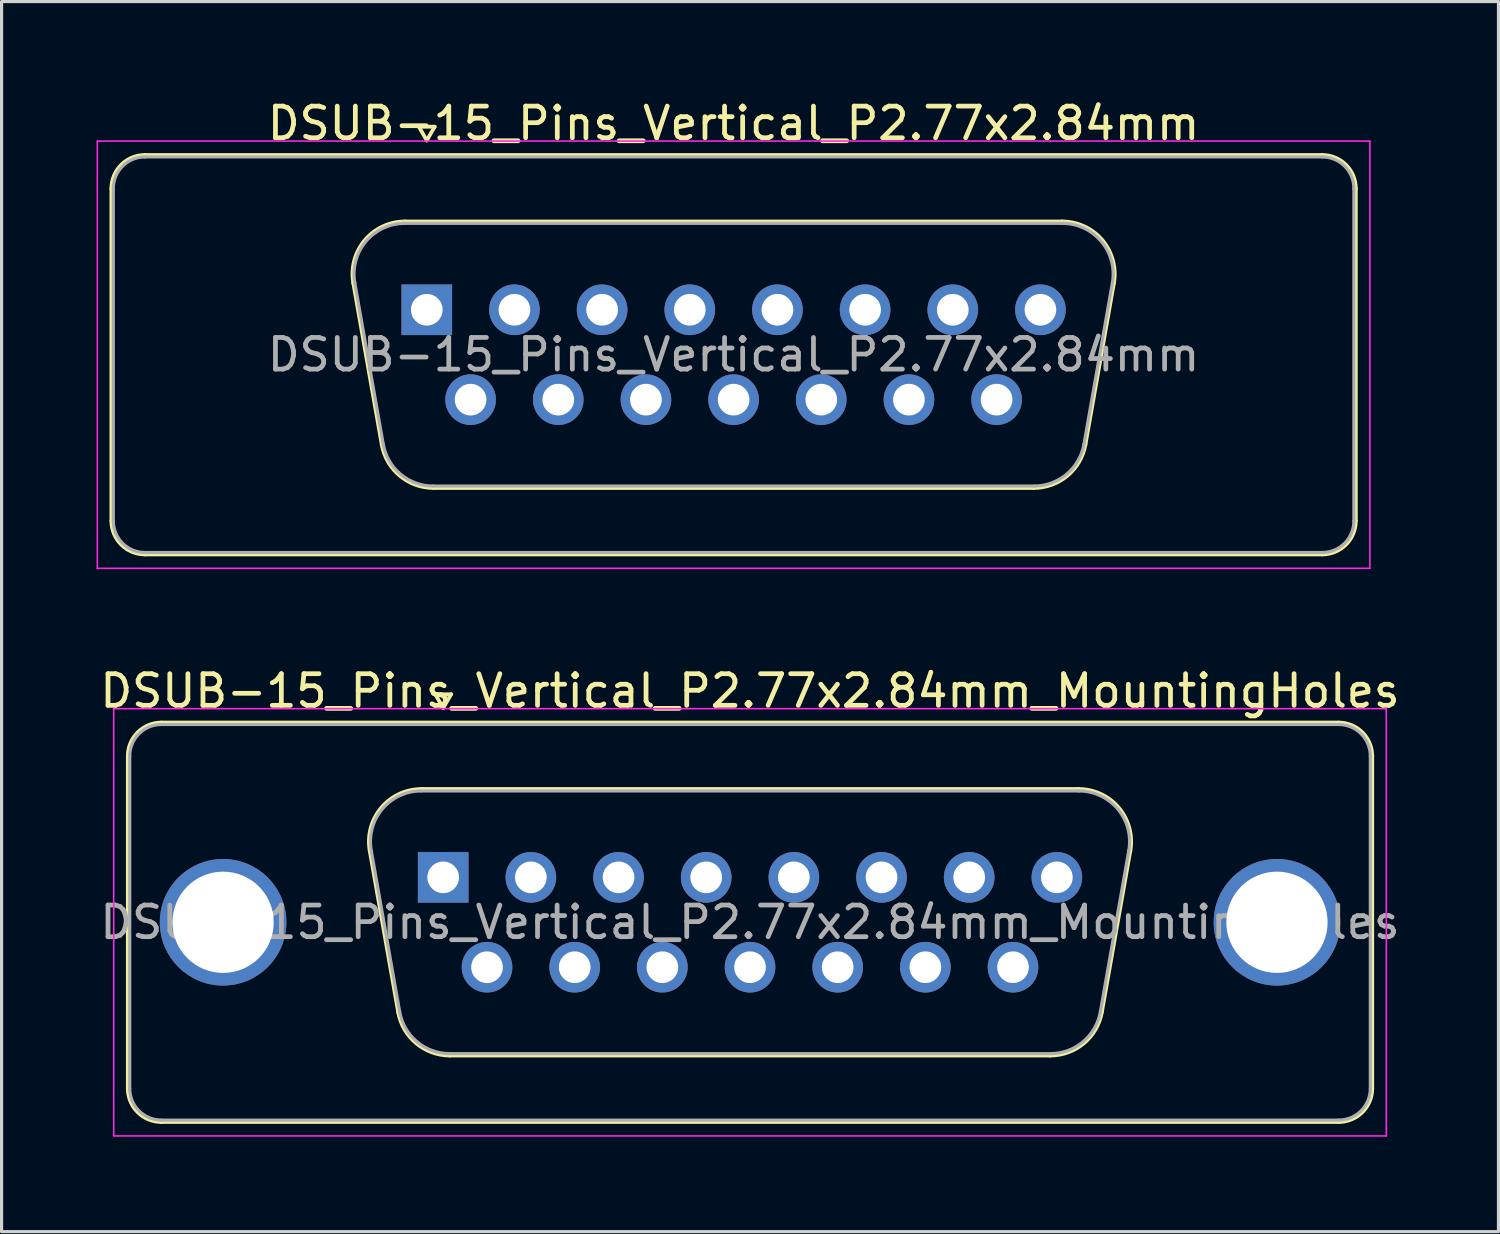
<source format=kicad_pcb>
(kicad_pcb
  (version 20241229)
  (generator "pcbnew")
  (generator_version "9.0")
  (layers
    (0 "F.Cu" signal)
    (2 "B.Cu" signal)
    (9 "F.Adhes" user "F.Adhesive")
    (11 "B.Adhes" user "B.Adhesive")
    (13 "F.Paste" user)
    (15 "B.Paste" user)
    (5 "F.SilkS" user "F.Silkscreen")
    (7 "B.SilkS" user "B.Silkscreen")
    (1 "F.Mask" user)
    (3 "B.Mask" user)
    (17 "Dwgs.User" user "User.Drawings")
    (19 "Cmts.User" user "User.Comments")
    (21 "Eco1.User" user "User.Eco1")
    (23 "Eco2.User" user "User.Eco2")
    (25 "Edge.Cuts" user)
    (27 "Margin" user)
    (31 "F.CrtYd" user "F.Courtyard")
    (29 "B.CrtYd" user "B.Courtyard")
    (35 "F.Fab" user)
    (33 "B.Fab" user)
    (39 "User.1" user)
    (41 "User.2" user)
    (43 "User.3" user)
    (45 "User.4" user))
  (footprint "DSUB-15_Pins_Vertical_P2.77x2.84mm"
    (layer "F.Cu")
    (at 10.435 6.738)
    (property "Reference" "DSUB-15_Pins_Vertical_P2.77x2.84mm" (at 9.695 -5.89 0) (layer "F.SilkS") (effects (font (size 1 1) (thickness 0.15))))
    (attr through_hole)
    (fp_line (start -9.965 6.67) (end -9.965 -3.83) (stroke (width 0.12) (type solid)) (layer "F.SilkS"))
    (fp_line (start -8.905 -4.89) (end 28.295 -4.89) (stroke (width 0.12) (type solid)) (layer "F.SilkS"))
    (fp_line (start -1.422 4.258) (end -2.321 -0.842) (stroke (width 0.12) (type solid)) (layer "F.SilkS"))
    (fp_line (start -0.687 -2.79) (end 20.077 -2.79) (stroke (width 0.12) (type solid)) (layer "F.SilkS"))
    (fp_line (start -0.25 -5.784) (end 0.25 -5.784) (stroke (width 0.12) (type solid)) (layer "F.SilkS"))
    (fp_line (start 0 -5.351) (end -0.25 -5.784) (stroke (width 0.12) (type solid)) (layer "F.SilkS"))
    (fp_line (start 0.25 -5.784) (end 0 -5.351) (stroke (width 0.12) (type solid)) (layer "F.SilkS"))
    (fp_line (start 19.177 5.63) (end 0.213 5.63) (stroke (width 0.12) (type solid)) (layer "F.SilkS"))
    (fp_line (start 21.711 -0.842) (end 20.812 4.258) (stroke (width 0.12) (type solid)) (layer "F.SilkS"))
    (fp_line (start 28.295 7.73) (end -8.905 7.73) (stroke (width 0.12) (type solid)) (layer "F.SilkS"))
    (fp_line (start 29.355 -3.83) (end 29.355 6.67) (stroke (width 0.12) (type solid)) (layer "F.SilkS"))
    (fp_arc (start -9.965 -3.83) (mid -9.654533 -4.579533) (end -8.905 -4.89) (stroke (width 0.12) (type solid)) (layer "F.SilkS"))
    (fp_arc (start -8.905 7.73) (mid -9.654533 7.419533) (end -9.965 6.67) (stroke (width 0.12) (type solid)) (layer "F.SilkS"))
    (fp_arc (start -2.32147 -0.841744) (mid -1.958323 -2.197027) (end -0.686689 -2.79) (stroke (width 0.12) (type solid)) (layer "F.SilkS"))
    (fp_arc (start 0.212579 5.63) (mid -0.854449 5.241634) (end -1.422202 4.258256) (stroke (width 0.12) (type solid)) (layer "F.SilkS"))
    (fp_arc (start 20.076689 -2.79) (mid 21.348323 -2.197027) (end 21.71147 -0.841744) (stroke (width 0.12) (type solid)) (layer "F.SilkS"))
    (fp_arc (start 20.812202 4.258256) (mid 20.244449 5.241634) (end 19.177421 5.63) (stroke (width 0.12) (type solid)) (layer "F.SilkS"))
    (fp_arc (start 28.295 -4.89) (mid 29.044533 -4.579533) (end 29.355 -3.83) (stroke (width 0.12) (type solid)) (layer "F.SilkS"))
    (fp_arc (start 29.355 6.67) (mid 29.044533 7.419533) (end 28.295 7.73) (stroke (width 0.12) (type solid)) (layer "F.SilkS"))
    (fp_line (start -10.41 -5.33) (end -10.41 8.17) (stroke (width 0.05) (type solid)) (layer "F.CrtYd"))
    (fp_line (start -10.41 8.17) (end 29.8 8.17) (stroke (width 0.05) (type solid)) (layer "F.CrtYd"))
    (fp_line (start 29.8 -5.33) (end -10.41 -5.33) (stroke (width 0.05) (type solid)) (layer "F.CrtYd"))
    (fp_line (start 29.8 8.17) (end 29.8 -5.33) (stroke (width 0.05) (type solid)) (layer "F.CrtYd"))
    (fp_line (start -9.905 6.67) (end -9.905 -3.83) (stroke (width 0.1) (type solid)) (layer "F.Fab"))
    (fp_line (start -8.905 -4.83) (end 28.295 -4.83) (stroke (width 0.1) (type solid)) (layer "F.Fab"))
    (fp_line (start -1.375 4.248) (end -2.274 -0.852) (stroke (width 0.1) (type solid)) (layer "F.Fab"))
    (fp_line (start -0.698 -2.73) (end 20.088 -2.73) (stroke (width 0.1) (type solid)) (layer "F.Fab"))
    (fp_line (start 19.189 5.57) (end 0.201 5.57) (stroke (width 0.1) (type solid)) (layer "F.Fab"))
    (fp_line (start 21.664 -0.852) (end 20.765 4.248) (stroke (width 0.1) (type solid)) (layer "F.Fab"))
    (fp_line (start 28.295 7.67) (end -8.905 7.67) (stroke (width 0.1) (type solid)) (layer "F.Fab"))
    (fp_line (start 29.295 -3.83) (end 29.295 6.67) (stroke (width 0.1) (type solid)) (layer "F.Fab"))
    (fp_arc (start -9.905 -3.83) (mid -9.612107 -4.537107) (end -8.905 -4.83) (stroke (width 0.1) (type solid)) (layer "F.Fab"))
    (fp_arc (start -8.905 7.67) (mid -9.612107 7.377107) (end -9.905 6.67) (stroke (width 0.1) (type solid)) (layer "F.Fab"))
    (fp_arc (start -2.273887 -0.852163) (mid -1.923865 -2.15846) (end -0.698194 -2.73) (stroke (width 0.1) (type solid)) (layer "F.Fab"))
    (fp_arc (start 0.201073 5.57) (mid -0.827387 5.195671) (end -1.374619 4.247837) (stroke (width 0.1) (type solid)) (layer "F.Fab"))
    (fp_arc (start 20.088194 -2.73) (mid 21.313865 -2.15846) (end 21.663887 -0.852163) (stroke (width 0.1) (type solid)) (layer "F.Fab"))
    (fp_arc (start 20.764619 4.247837) (mid 20.217387 5.195671) (end 19.188927 5.57) (stroke (width 0.1) (type solid)) (layer "F.Fab"))
    (fp_arc (start 28.295 -4.83) (mid 29.002107 -4.537107) (end 29.295 -3.83) (stroke (width 0.1) (type solid)) (layer "F.Fab"))
    (fp_arc (start 29.295 6.67) (mid 29.002107 7.377107) (end 28.295 7.67) (stroke (width 0.1) (type solid)) (layer "F.Fab"))
    (fp_text user "${REFERENCE}" (at 9.695 1.42 0) (layer "F.Fab") (effects (font (size 1 1) (thickness 0.15))))
    (pad "1" thru_hole rect (at 0 0) (size 1.6 1.6) (drill 1) (layers "*.Cu" "*.Mask"))
    (pad "2" thru_hole circle (at 2.77 0) (size 1.6 1.6) (drill 1) (layers "*.Cu" "*.Mask"))
    (pad "3" thru_hole circle (at 5.54 0) (size 1.6 1.6) (drill 1) (layers "*.Cu" "*.Mask"))
    (pad "4" thru_hole circle (at 8.31 0) (size 1.6 1.6) (drill 1) (layers "*.Cu" "*.Mask"))
    (pad "5" thru_hole circle (at 11.08 0) (size 1.6 1.6) (drill 1) (layers "*.Cu" "*.Mask"))
    (pad "6" thru_hole circle (at 13.85 0) (size 1.6 1.6) (drill 1) (layers "*.Cu" "*.Mask"))
    (pad "7" thru_hole circle (at 16.62 0) (size 1.6 1.6) (drill 1) (layers "*.Cu" "*.Mask"))
    (pad "8" thru_hole circle (at 19.39 0) (size 1.6 1.6) (drill 1) (layers "*.Cu" "*.Mask"))
    (pad "9" thru_hole circle (at 1.385 2.84) (size 1.6 1.6) (drill 1) (layers "*.Cu" "*.Mask"))
    (pad "10" thru_hole circle (at 4.155 2.84) (size 1.6 1.6) (drill 1) (layers "*.Cu" "*.Mask"))
    (pad "11" thru_hole circle (at 6.925 2.84) (size 1.6 1.6) (drill 1) (layers "*.Cu" "*.Mask"))
    (pad "12" thru_hole circle (at 9.695 2.84) (size 1.6 1.6) (drill 1) (layers "*.Cu" "*.Mask"))
    (pad "13" thru_hole circle (at 12.465 2.84) (size 1.6 1.6) (drill 1) (layers "*.Cu" "*.Mask"))
    (pad "14" thru_hole circle (at 15.235 2.84) (size 1.6 1.6) (drill 1) (layers "*.Cu" "*.Mask"))
    (pad "15" thru_hole circle (at 18.005 2.84) (size 1.6 1.6) (drill 1) (layers "*.Cu" "*.Mask")))
  (footprint "DSUB-15_Pins_Vertical_P2.77x2.84mm_MountingHoles"
    (layer "F.Cu")
    (at 10.954 24.672)
    (property "Reference" "DSUB-15_Pins_Vertical_P2.77x2.84mm_MountingHoles" (at 9.695 -5.89 0) (layer "F.SilkS") (effects (font (size 1 1) (thickness 0.15))))
    (attr through_hole)
    (fp_line (start -9.965 6.67) (end -9.965 -3.83) (stroke (width 0.12) (type solid)) (layer "F.SilkS"))
    (fp_line (start -8.905 -4.89) (end 28.295 -4.89) (stroke (width 0.12) (type solid)) (layer "F.SilkS"))
    (fp_line (start -1.422 4.258) (end -2.321 -0.842) (stroke (width 0.12) (type solid)) (layer "F.SilkS"))
    (fp_line (start -0.687 -2.79) (end 20.077 -2.79) (stroke (width 0.12) (type solid)) (layer "F.SilkS"))
    (fp_line (start -0.25 -5.784) (end 0.25 -5.784) (stroke (width 0.12) (type solid)) (layer "F.SilkS"))
    (fp_line (start 0 -5.351) (end -0.25 -5.784) (stroke (width 0.12) (type solid)) (layer "F.SilkS"))
    (fp_line (start 0.25 -5.784) (end 0 -5.351) (stroke (width 0.12) (type solid)) (layer "F.SilkS"))
    (fp_line (start 19.177 5.63) (end 0.213 5.63) (stroke (width 0.12) (type solid)) (layer "F.SilkS"))
    (fp_line (start 21.711 -0.842) (end 20.812 4.258) (stroke (width 0.12) (type solid)) (layer "F.SilkS"))
    (fp_line (start 28.295 7.73) (end -8.905 7.73) (stroke (width 0.12) (type solid)) (layer "F.SilkS"))
    (fp_line (start 29.355 -3.83) (end 29.355 6.67) (stroke (width 0.12) (type solid)) (layer "F.SilkS"))
    (fp_arc (start -9.965 -3.83) (mid -9.654533 -4.579533) (end -8.905 -4.89) (stroke (width 0.12) (type solid)) (layer "F.SilkS"))
    (fp_arc (start -8.905 7.73) (mid -9.654533 7.419533) (end -9.965 6.67) (stroke (width 0.12) (type solid)) (layer "F.SilkS"))
    (fp_arc (start -2.32147 -0.841744) (mid -1.958323 -2.197027) (end -0.686689 -2.79) (stroke (width 0.12) (type solid)) (layer "F.SilkS"))
    (fp_arc (start 0.212579 5.63) (mid -0.854449 5.241634) (end -1.422202 4.258256) (stroke (width 0.12) (type solid)) (layer "F.SilkS"))
    (fp_arc (start 20.076689 -2.79) (mid 21.348323 -2.197027) (end 21.71147 -0.841744) (stroke (width 0.12) (type solid)) (layer "F.SilkS"))
    (fp_arc (start 20.812202 4.258256) (mid 20.244449 5.241634) (end 19.177421 5.63) (stroke (width 0.12) (type solid)) (layer "F.SilkS"))
    (fp_arc (start 28.295 -4.89) (mid 29.044533 -4.579533) (end 29.355 -3.83) (stroke (width 0.12) (type solid)) (layer "F.SilkS"))
    (fp_arc (start 29.355 6.67) (mid 29.044533 7.419533) (end 28.295 7.73) (stroke (width 0.12) (type solid)) (layer "F.SilkS"))
    (fp_line (start -10.41 -5.33) (end -10.41 8.17) (stroke (width 0.05) (type solid)) (layer "F.CrtYd"))
    (fp_line (start -10.41 8.17) (end 29.8 8.17) (stroke (width 0.05) (type solid)) (layer "F.CrtYd"))
    (fp_line (start 29.8 -5.33) (end -10.41 -5.33) (stroke (width 0.05) (type solid)) (layer "F.CrtYd"))
    (fp_line (start 29.8 8.17) (end 29.8 -5.33) (stroke (width 0.05) (type solid)) (layer "F.CrtYd"))
    (fp_line (start -9.905 6.67) (end -9.905 -3.83) (stroke (width 0.1) (type solid)) (layer "F.Fab"))
    (fp_line (start -8.905 -4.83) (end 28.295 -4.83) (stroke (width 0.1) (type solid)) (layer "F.Fab"))
    (fp_line (start -1.375 4.248) (end -2.274 -0.852) (stroke (width 0.1) (type solid)) (layer "F.Fab"))
    (fp_line (start -0.698 -2.73) (end 20.088 -2.73) (stroke (width 0.1) (type solid)) (layer "F.Fab"))
    (fp_line (start 19.189 5.57) (end 0.201 5.57) (stroke (width 0.1) (type solid)) (layer "F.Fab"))
    (fp_line (start 21.664 -0.852) (end 20.765 4.248) (stroke (width 0.1) (type solid)) (layer "F.Fab"))
    (fp_line (start 28.295 7.67) (end -8.905 7.67) (stroke (width 0.1) (type solid)) (layer "F.Fab"))
    (fp_line (start 29.295 -3.83) (end 29.295 6.67) (stroke (width 0.1) (type solid)) (layer "F.Fab"))
    (fp_arc (start -9.905 -3.83) (mid -9.612107 -4.537107) (end -8.905 -4.83) (stroke (width 0.1) (type solid)) (layer "F.Fab"))
    (fp_arc (start -8.905 7.67) (mid -9.612107 7.377107) (end -9.905 6.67) (stroke (width 0.1) (type solid)) (layer "F.Fab"))
    (fp_arc (start -2.273887 -0.852163) (mid -1.923865 -2.15846) (end -0.698194 -2.73) (stroke (width 0.1) (type solid)) (layer "F.Fab"))
    (fp_arc (start 0.201073 5.57) (mid -0.827387 5.195671) (end -1.374619 4.247837) (stroke (width 0.1) (type solid)) (layer "F.Fab"))
    (fp_arc (start 20.088194 -2.73) (mid 21.313865 -2.15846) (end 21.663887 -0.852163) (stroke (width 0.1) (type solid)) (layer "F.Fab"))
    (fp_arc (start 20.764619 4.247837) (mid 20.217387 5.195671) (end 19.188927 5.57) (stroke (width 0.1) (type solid)) (layer "F.Fab"))
    (fp_arc (start 28.295 -4.83) (mid 29.002107 -4.537107) (end 29.295 -3.83) (stroke (width 0.1) (type solid)) (layer "F.Fab"))
    (fp_arc (start 29.295 6.67) (mid 29.002107 7.377107) (end 28.295 7.67) (stroke (width 0.1) (type solid)) (layer "F.Fab"))
    (fp_text user "${REFERENCE}" (at 9.695 1.42 0) (layer "F.Fab") (effects (font (size 1 1) (thickness 0.15))))
    (pad "0" thru_hole circle (at -6.955 1.42) (size 4 4) (drill 3.2) (layers "*.Cu" "*.Mask"))
    (pad "0" thru_hole circle (at 26.345 1.42) (size 4 4) (drill 3.2) (layers "*.Cu" "*.Mask"))
    (pad "1" thru_hole rect (at 0 0) (size 1.6 1.6) (drill 1) (layers "*.Cu" "*.Mask"))
    (pad "2" thru_hole circle (at 2.77 0) (size 1.6 1.6) (drill 1) (layers "*.Cu" "*.Mask"))
    (pad "3" thru_hole circle (at 5.54 0) (size 1.6 1.6) (drill 1) (layers "*.Cu" "*.Mask"))
    (pad "4" thru_hole circle (at 8.31 0) (size 1.6 1.6) (drill 1) (layers "*.Cu" "*.Mask"))
    (pad "5" thru_hole circle (at 11.08 0) (size 1.6 1.6) (drill 1) (layers "*.Cu" "*.Mask"))
    (pad "6" thru_hole circle (at 13.85 0) (size 1.6 1.6) (drill 1) (layers "*.Cu" "*.Mask"))
    (pad "7" thru_hole circle (at 16.62 0) (size 1.6 1.6) (drill 1) (layers "*.Cu" "*.Mask"))
    (pad "8" thru_hole circle (at 19.39 0) (size 1.6 1.6) (drill 1) (layers "*.Cu" "*.Mask"))
    (pad "9" thru_hole circle (at 1.385 2.84) (size 1.6 1.6) (drill 1) (layers "*.Cu" "*.Mask"))
    (pad "10" thru_hole circle (at 4.155 2.84) (size 1.6 1.6) (drill 1) (layers "*.Cu" "*.Mask"))
    (pad "11" thru_hole circle (at 6.925 2.84) (size 1.6 1.6) (drill 1) (layers "*.Cu" "*.Mask"))
    (pad "12" thru_hole circle (at 9.695 2.84) (size 1.6 1.6) (drill 1) (layers "*.Cu" "*.Mask"))
    (pad "13" thru_hole circle (at 12.465 2.84) (size 1.6 1.6) (drill 1) (layers "*.Cu" "*.Mask"))
    (pad "14" thru_hole circle (at 15.235 2.84) (size 1.6 1.6) (drill 1) (layers "*.Cu" "*.Mask"))
    (pad "15" thru_hole circle (at 18.005 2.84) (size 1.6 1.6) (drill 1) (layers "*.Cu" "*.Mask")))
  (gr_rect
    (start -3 -3)
    (end 44.298 35.867)
    (stroke (width 0.1) (type default))
    (fill no)
    (layer "Edge.Cuts")))
</source>
